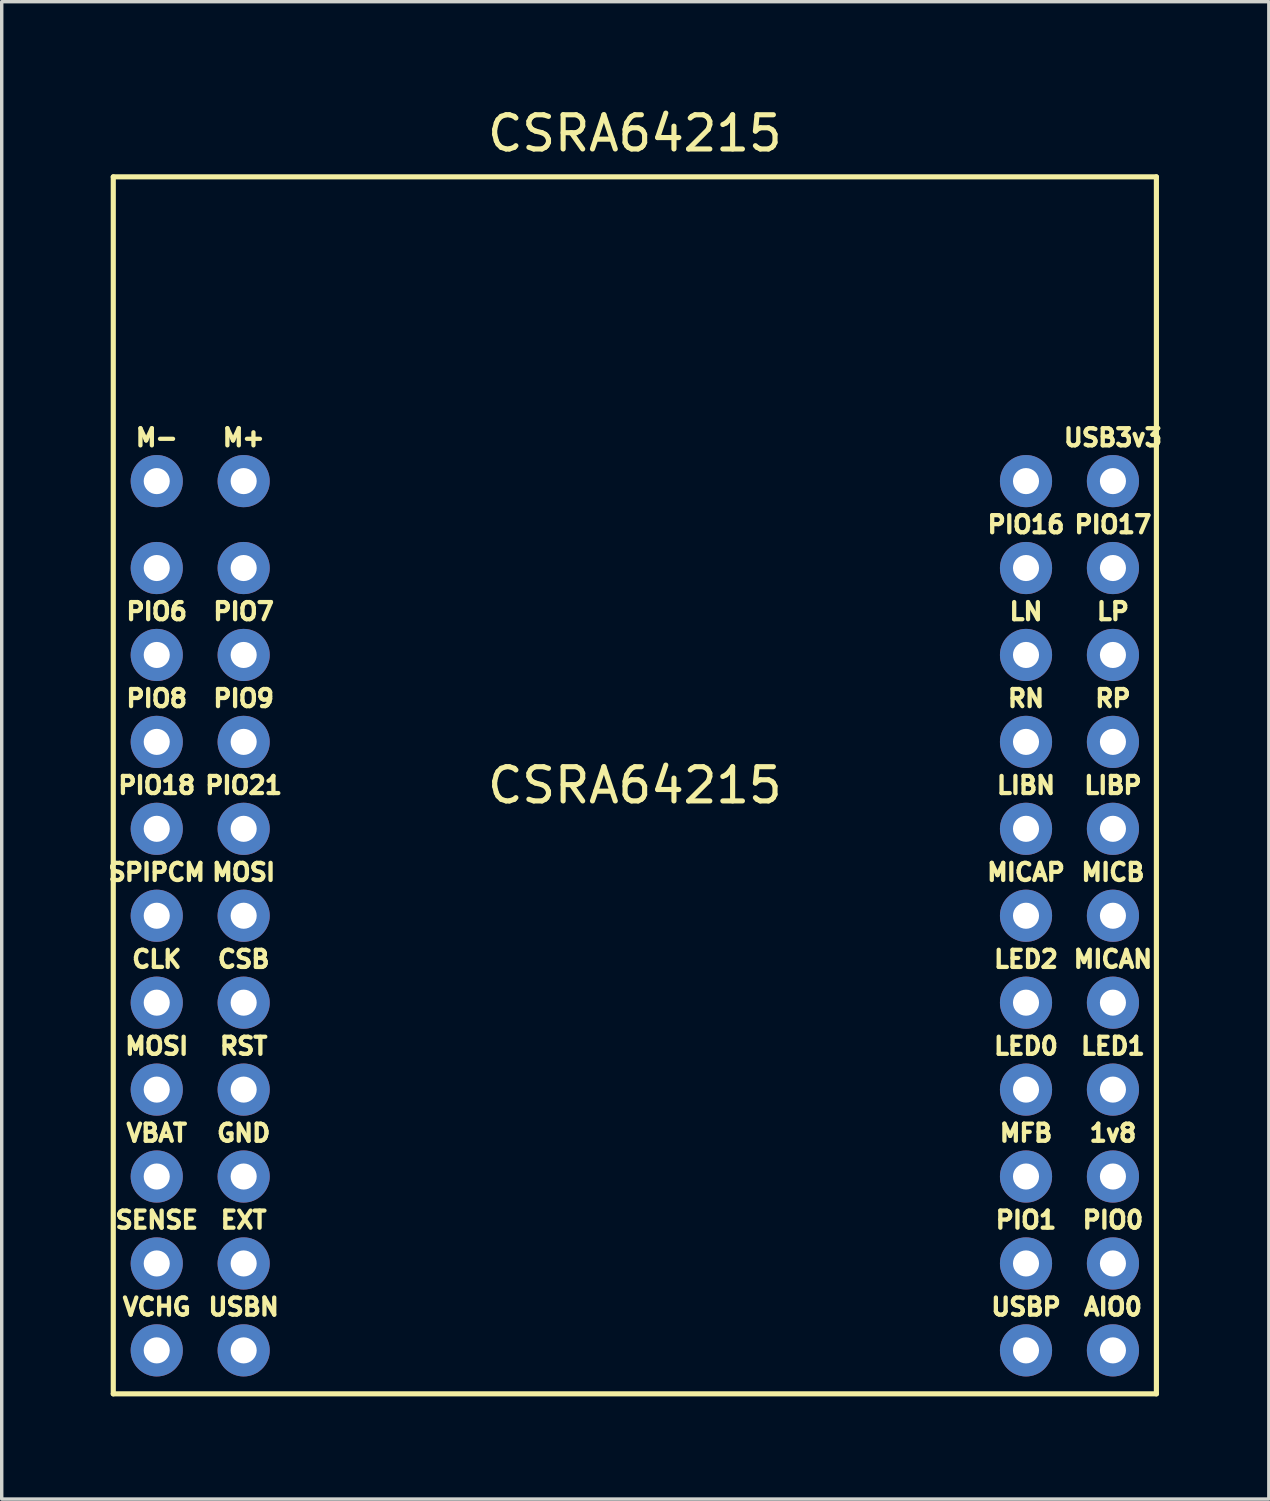
<source format=kicad_pcb>
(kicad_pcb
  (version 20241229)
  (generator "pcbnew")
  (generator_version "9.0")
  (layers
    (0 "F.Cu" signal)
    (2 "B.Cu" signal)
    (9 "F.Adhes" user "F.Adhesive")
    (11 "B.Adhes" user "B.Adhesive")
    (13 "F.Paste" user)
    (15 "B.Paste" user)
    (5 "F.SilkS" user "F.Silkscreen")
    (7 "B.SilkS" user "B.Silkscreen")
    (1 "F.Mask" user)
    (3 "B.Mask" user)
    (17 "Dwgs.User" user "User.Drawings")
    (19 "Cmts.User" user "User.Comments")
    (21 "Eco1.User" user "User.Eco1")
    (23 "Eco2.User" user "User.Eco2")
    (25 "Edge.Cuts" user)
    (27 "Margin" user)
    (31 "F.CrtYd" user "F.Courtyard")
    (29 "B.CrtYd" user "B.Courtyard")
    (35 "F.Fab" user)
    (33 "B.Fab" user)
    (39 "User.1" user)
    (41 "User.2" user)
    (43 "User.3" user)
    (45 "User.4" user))
  (footprint "CSRA64215"
    (layer "F.Cu")
    (at 15.5 19.898)
    (property "Reference" "CSRA64215" (at 0 -19.05 0) (layer "F.SilkS") (effects (font (size 1 1) (thickness 0.15))))
    (attr through_hole)
    (fp_line (start -15.24 -17.78) (end 15.24 -17.78) (stroke (width 0.15) (type solid)) (layer "F.SilkS"))
    (fp_line (start -15.24 17.78) (end -15.24 -17.78) (stroke (width 0.15) (type solid)) (layer "F.SilkS"))
    (fp_line (start 15.24 -17.78) (end 15.24 17.78) (stroke (width 0.15) (type solid)) (layer "F.SilkS"))
    (fp_line (start 15.24 17.78) (end -15.24 17.78) (stroke (width 0.15) (type solid)) (layer "F.SilkS"))
    (fp_text user "MICAP" (at 11.43 2.54 0) (layer "F.SilkS") (effects (font (size 0.5 0.5) (thickness 0.125))))
    (fp_text user "MFB" (at 11.43 10.16 0) (layer "F.SilkS") (effects (font (size 0.5 0.5) (thickness 0.125))))
    (fp_text user "PIO7" (at -11.43 -5.08 0) (layer "F.SilkS") (effects (font (size 0.5 0.5) (thickness 0.125))))
    (fp_text user "USB3v3" (at 13.97 -10.16 0) (layer "F.SilkS") (effects (font (size 0.5 0.5) (thickness 0.125))))
    (fp_text user "SENSE" (at -13.97 12.7 0) (layer "F.SilkS") (effects (font (size 0.5 0.5) (thickness 0.125))))
    (fp_text user "USBN" (at -11.43 15.24 0) (layer "F.SilkS") (effects (font (size 0.5 0.5) (thickness 0.125))))
    (fp_text user "SPIPCM" (at -13.97 2.54 0) (layer "F.SilkS") (effects (font (size 0.5 0.5) (thickness 0.125))))
    (fp_text user "MICAN" (at 13.97 5.08 0) (layer "F.SilkS") (effects (font (size 0.5 0.5) (thickness 0.125))))
    (fp_text user "PIO1" (at 11.43 12.7 0) (layer "F.SilkS") (effects (font (size 0.5 0.5) (thickness 0.125))))
    (fp_text user "PIO6" (at -13.97 -5.08 0) (layer "F.SilkS") (effects (font (size 0.5 0.5) (thickness 0.125))))
    (fp_text user "LED0" (at 11.43 7.62 0) (layer "F.SilkS") (effects (font (size 0.5 0.5) (thickness 0.125))))
    (fp_text user "LP" (at 13.97 -5.08 0) (layer "F.SilkS") (effects (font (size 0.5 0.5) (thickness 0.125))))
    (fp_text user "VBAT" (at -13.97 10.16 0) (layer "F.SilkS") (effects (font (size 0.5 0.5) (thickness 0.125))))
    (fp_text user "RP" (at 13.97 -2.54 0) (layer "F.SilkS") (effects (font (size 0.5 0.5) (thickness 0.125))))
    (fp_text user "GND" (at -11.43 10.16 0) (layer "F.SilkS") (effects (font (size 0.5 0.5) (thickness 0.125))))
    (fp_text user "MOSI" (at -11.43 2.54 0) (layer "F.SilkS") (effects (font (size 0.5 0.5) (thickness 0.125))))
    (fp_text user "CSB" (at -11.43 5.08 0) (layer "F.SilkS") (effects (font (size 0.5 0.5) (thickness 0.125))))
    (fp_text user "PIO8" (at -13.97 -2.54 0) (layer "F.SilkS") (effects (font (size 0.5 0.5) (thickness 0.125))))
    (fp_text user "USBP" (at 11.43 15.24 0) (layer "F.SilkS") (effects (font (size 0.5 0.5) (thickness 0.125))))
    (fp_text user "RN" (at 11.43 -2.54 0) (layer "F.SilkS") (effects (font (size 0.5 0.5) (thickness 0.125))))
    (fp_text user "LED1" (at 13.97 7.62 0) (layer "F.SilkS") (effects (font (size 0.5 0.5) (thickness 0.125))))
    (fp_text user "LIBN" (at 11.43 0 0) (layer "F.SilkS") (effects (font (size 0.5 0.5) (thickness 0.125))))
    (fp_text user "CLK" (at -13.97 5.08 0) (layer "F.SilkS") (effects (font (size 0.5 0.5) (thickness 0.125))))
    (fp_text user "PIO18" (at -13.97 0 0) (layer "F.SilkS") (effects (font (size 0.5 0.5) (thickness 0.125))))
    (fp_text user "AIO0" (at 13.97 15.24 0) (layer "F.SilkS") (effects (font (size 0.5 0.5) (thickness 0.125))))
    (fp_text user "PIO9" (at -11.43 -2.54 0) (layer "F.SilkS") (effects (font (size 0.5 0.5) (thickness 0.125))))
    (fp_text user "CSRA64215" (at 0 0 0) (layer "F.SilkS") (effects (font (size 1 1) (thickness 0.15))))
    (fp_text user "LN" (at 11.43 -5.08 0) (layer "F.SilkS") (effects (font (size 0.5 0.5) (thickness 0.125))))
    (fp_text user "M+" (at -11.43 -10.16 0) (layer "F.SilkS") (effects (font (size 0.5 0.5) (thickness 0.125))))
    (fp_text user "RST" (at -11.43 7.62 0) (layer "F.SilkS") (effects (font (size 0.5 0.5) (thickness 0.125))))
    (fp_text user "PIO0" (at 13.97 12.7 0) (layer "F.SilkS") (effects (font (size 0.5 0.5) (thickness 0.125))))
    (fp_text user "LIBP" (at 13.97 0 0) (layer "F.SilkS") (effects (font (size 0.5 0.5) (thickness 0.125))))
    (fp_text user "MICB" (at 13.97 2.54 0) (layer "F.SilkS") (effects (font (size 0.5 0.5) (thickness 0.125))))
    (fp_text user "EXT" (at -11.43 12.7 0) (layer "F.SilkS") (effects (font (size 0.5 0.5) (thickness 0.125))))
    (fp_text user "M-" (at -13.97 -10.16 0) (layer "F.SilkS") (effects (font (size 0.5 0.5) (thickness 0.125))))
    (fp_text user "1v8" (at 13.97 10.16 0) (layer "F.SilkS") (effects (font (size 0.5 0.5) (thickness 0.125))))
    (fp_text user "MOSI" (at -13.97 7.62 0) (layer "F.SilkS") (effects (font (size 0.5 0.5) (thickness 0.125))))
    (fp_text user "LED2" (at 11.43 5.08 0) (layer "F.SilkS") (effects (font (size 0.5 0.5) (thickness 0.125))))
    (fp_text user "PIO16" (at 11.43 -7.62 0) (layer "F.SilkS") (effects (font (size 0.5 0.5) (thickness 0.125))))
    (fp_text user "PIO17" (at 13.97 -7.62 0) (layer "F.SilkS") (effects (font (size 0.5 0.5) (thickness 0.125))))
    (fp_text user "VCHG" (at -13.97 15.24 0) (layer "F.SilkS") (effects (font (size 0.5 0.5) (thickness 0.125))))
    (fp_text user "PIO21" (at -11.43 0 0) (layer "F.SilkS") (effects (font (size 0.5 0.5) (thickness 0.125))))
    (pad "1" thru_hole circle (at -13.97 -8.89) (size 1.524 1.524) (drill 0.762) (layers "*.Cu" "*.Mask"))
    (pad "2" thru_hole circle (at -11.43 -8.89) (size 1.524 1.524) (drill 0.762) (layers "*.Cu" "*.Mask"))
    (pad "3" thru_hole circle (at -13.97 -6.35) (size 1.524 1.524) (drill 0.762) (layers "*.Cu" "*.Mask"))
    (pad "4" thru_hole circle (at -11.43 -6.35) (size 1.524 1.524) (drill 0.762) (layers "*.Cu" "*.Mask"))
    (pad "5" thru_hole circle (at -13.97 -3.81) (size 1.524 1.524) (drill 0.762) (layers "*.Cu" "*.Mask"))
    (pad "6" thru_hole circle (at -11.43 -3.81) (size 1.524 1.524) (drill 0.762) (layers "*.Cu" "*.Mask"))
    (pad "7" thru_hole circle (at -13.97 -1.27) (size 1.524 1.524) (drill 0.762) (layers "*.Cu" "*.Mask"))
    (pad "8" thru_hole circle (at -11.43 -1.27) (size 1.524 1.524) (drill 0.762) (layers "*.Cu" "*.Mask"))
    (pad "9" thru_hole circle (at -13.97 1.27) (size 1.524 1.524) (drill 0.762) (layers "*.Cu" "*.Mask"))
    (pad "10" thru_hole circle (at -11.43 1.27) (size 1.524 1.524) (drill 0.762) (layers "*.Cu" "*.Mask"))
    (pad "11" thru_hole circle (at -13.97 3.81) (size 1.524 1.524) (drill 0.762) (layers "*.Cu" "*.Mask"))
    (pad "12" thru_hole circle (at -11.43 3.81) (size 1.524 1.524) (drill 0.762) (layers "*.Cu" "*.Mask"))
    (pad "13" thru_hole circle (at -13.97 6.35) (size 1.524 1.524) (drill 0.762) (layers "*.Cu" "*.Mask"))
    (pad "14" thru_hole circle (at -11.43 6.35) (size 1.524 1.524) (drill 0.762) (layers "*.Cu" "*.Mask"))
    (pad "15" thru_hole circle (at -13.97 8.89) (size 1.524 1.524) (drill 0.762) (layers "*.Cu" "*.Mask"))
    (pad "16" thru_hole circle (at -11.43 8.89) (size 1.524 1.524) (drill 0.762) (layers "*.Cu" "*.Mask"))
    (pad "17" thru_hole circle (at -13.97 11.43) (size 1.524 1.524) (drill 0.762) (layers "*.Cu" "*.Mask"))
    (pad "18" thru_hole circle (at -11.43 11.43) (size 1.524 1.524) (drill 0.762) (layers "*.Cu" "*.Mask"))
    (pad "19" thru_hole circle (at -13.97 13.97) (size 1.524 1.524) (drill 0.762) (layers "*.Cu" "*.Mask"))
    (pad "20" thru_hole circle (at -11.43 13.97) (size 1.524 1.524) (drill 0.762) (layers "*.Cu" "*.Mask"))
    (pad "21" thru_hole circle (at -13.97 16.51) (size 1.524 1.524) (drill 0.762) (layers "*.Cu" "*.Mask"))
    (pad "22" thru_hole circle (at -11.43 16.51) (size 1.524 1.524) (drill 0.762) (layers "*.Cu" "*.Mask"))
    (pad "23" thru_hole circle (at 11.43 16.51) (size 1.524 1.524) (drill 0.762) (layers "*.Cu" "*.Mask"))
    (pad "24" thru_hole circle (at 13.97 16.51) (size 1.524 1.524) (drill 0.762) (layers "*.Cu" "*.Mask"))
    (pad "25" thru_hole circle (at 11.43 13.97) (size 1.524 1.524) (drill 0.762) (layers "*.Cu" "*.Mask"))
    (pad "26" thru_hole circle (at 13.97 13.97) (size 1.524 1.524) (drill 0.762) (layers "*.Cu" "*.Mask"))
    (pad "27" thru_hole circle (at 11.43 11.43) (size 1.524 1.524) (drill 0.762) (layers "*.Cu" "*.Mask"))
    (pad "28" thru_hole circle (at 13.97 11.43) (size 1.524 1.524) (drill 0.762) (layers "*.Cu" "*.Mask"))
    (pad "29" thru_hole circle (at 11.43 8.89) (size 1.524 1.524) (drill 0.762) (layers "*.Cu" "*.Mask"))
    (pad "30" thru_hole circle (at 13.97 8.89) (size 1.524 1.524) (drill 0.762) (layers "*.Cu" "*.Mask"))
    (pad "31" thru_hole circle (at 11.43 6.35) (size 1.524 1.524) (drill 0.762) (layers "*.Cu" "*.Mask"))
    (pad "32" thru_hole circle (at 13.97 6.35) (size 1.524 1.524) (drill 0.762) (layers "*.Cu" "*.Mask"))
    (pad "33" thru_hole circle (at 11.43 3.81) (size 1.524 1.524) (drill 0.762) (layers "*.Cu" "*.Mask"))
    (pad "34" thru_hole circle (at 13.97 3.81) (size 1.524 1.524) (drill 0.762) (layers "*.Cu" "*.Mask"))
    (pad "35" thru_hole circle (at 11.43 1.27) (size 1.524 1.524) (drill 0.762) (layers "*.Cu" "*.Mask"))
    (pad "36" thru_hole circle (at 13.97 1.27) (size 1.524 1.524) (drill 0.762) (layers "*.Cu" "*.Mask"))
    (pad "37" thru_hole circle (at 11.43 -1.27) (size 1.524 1.524) (drill 0.762) (layers "*.Cu" "*.Mask"))
    (pad "38" thru_hole circle (at 13.97 -1.27) (size 1.524 1.524) (drill 0.762) (layers "*.Cu" "*.Mask"))
    (pad "39" thru_hole circle (at 11.43 -3.81) (size 1.524 1.524) (drill 0.762) (layers "*.Cu" "*.Mask"))
    (pad "40" thru_hole circle (at 13.97 -3.81) (size 1.524 1.524) (drill 0.762) (layers "*.Cu" "*.Mask"))
    (pad "41" thru_hole circle (at 11.43 -6.35) (size 1.524 1.524) (drill 0.762) (layers "*.Cu" "*.Mask"))
    (pad "42" thru_hole circle (at 13.97 -6.35) (size 1.524 1.524) (drill 0.762) (layers "*.Cu" "*.Mask"))
    (pad "43" thru_hole circle (at 11.43 -8.89) (size 1.524 1.524) (drill 0.762) (layers "*.Cu" "*.Mask"))
    (pad "44" thru_hole circle (at 13.97 -8.89) (size 1.524 1.524) (drill 0.762) (layers "*.Cu" "*.Mask")))
  (gr_rect
    (start -3 -3)
    (end 34.025 40.753)
    (stroke (width 0.1) (type default))
    (fill no)
    (layer "Edge.Cuts")))
</source>
